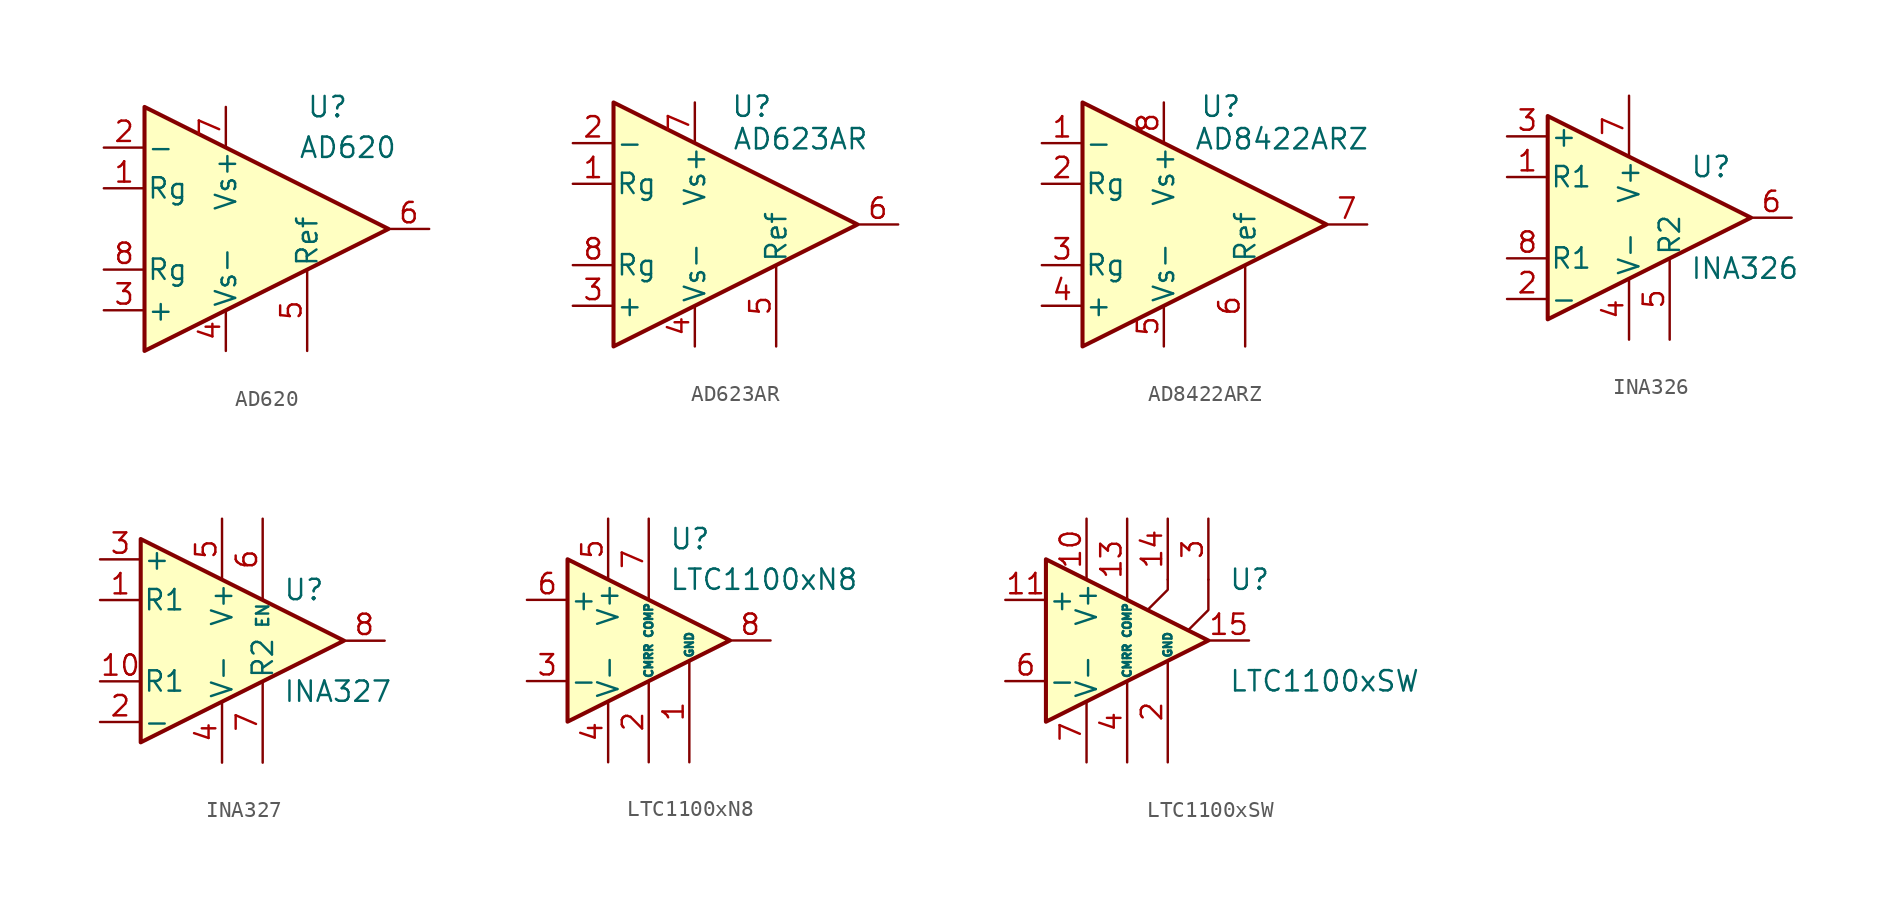
<source format=kicad_sym>
(kicad_symbol_lib
  (version 20201005)
  (generator kicad_symbol_editor)
  (symbol "AD620"
    (pin_names
      (offset 0.127))
    (property "Reference" "U"
      (at 3.81 7.62 0)
      (effects (font (size 1.27 1.27))))
    (property "Value" "AD620"
      (at 5.08 5.08 0)
      (effects (font (size 1.27 1.27))))
    (symbol "AD620_0_1"
      (polyline (pts (xy -7.62 7.62) (xy -7.62 -7.62) (xy 7.62 0) (xy -7.62 7.62)) (stroke (width 0.254)) (fill (type background))))
    (symbol "AD620_1_1"
      (pin passive line (at -10.16 2.54 0) (length 2.54) (name "Rg" (effects (font (size 1.27 1.27)))) (number "1" (effects (font (size 1.27 1.27)))))
      (pin input line (at -10.16 5.08 0) (length 2.54) (name "-" (effects (font (size 1.27 1.27)))) (number "2" (effects (font (size 1.27 1.27)))))
      (pin input line (at -10.16 -5.08 0) (length 2.54) (name "+" (effects (font (size 1.27 1.27)))) (number "3" (effects (font (size 1.27 1.27)))))
      (pin power_in line (at -2.54 -7.62 90) (length 2.54) (name "Vs-" (effects (font (size 1.27 1.27)))) (number "4" (effects (font (size 1.27 1.27)))))
      (pin passive line (at 2.54 -7.62 90) (length 5.08) (name "Ref" (effects (font (size 1.27 1.27)))) (number "5" (effects (font (size 1.27 1.27)))))
      (pin output line (at 10.16 0 180) (length 2.54) (name "~" (effects (font (size 1.27 1.27)))) (number "6" (effects (font (size 1.27 1.27)))))
      (pin power_in line (at -2.54 7.62 270) (length 2.54) (name "Vs+" (effects (font (size 1.27 1.27)))) (number "7" (effects (font (size 1.27 1.27)))))
      (pin passive line (at -10.16 -2.54 0) (length 2.54) (name "Rg" (effects (font (size 1.27 1.27)))) (number "8" (effects (font (size 1.27 1.27)))))))
  (symbol "AD623AR"
    (pin_names
      (offset 0.127))
    (property "Reference" "U"
      (at 3.556 7.366 0)
      (effects (font (size 1.27 1.27))))
    (property "Value" "AD623AR"
      (at 6.604 5.334 0)
      (effects (font (size 1.27 1.27))))
    (symbol "AD623AR_0_1"
      (polyline (pts (xy -5.08 7.62) (xy -5.08 -7.62) (xy 10.16 0) (xy -5.08 7.62)) (stroke (width 0.254)) (fill (type background))))
    (symbol "AD623AR_1_1"
      (pin passive line (at -7.62 2.54 0) (length 2.54) (name "Rg" (effects (font (size 1.27 1.27)))) (number "1" (effects (font (size 1.27 1.27)))))
      (pin input line (at -7.62 5.08 0) (length 2.54) (name "-" (effects (font (size 1.27 1.27)))) (number "2" (effects (font (size 1.27 1.27)))))
      (pin input line (at -7.62 -5.08 0) (length 2.54) (name "+" (effects (font (size 1.27 1.27)))) (number "3" (effects (font (size 1.27 1.27)))))
      (pin power_in line (at 0 -7.62 90) (length 2.54) (name "Vs-" (effects (font (size 1.27 1.27)))) (number "4" (effects (font (size 1.27 1.27)))))
      (pin passive line (at 5.08 -7.62 90) (length 5.08) (name "Ref" (effects (font (size 1.27 1.27)))) (number "5" (effects (font (size 1.27 1.27)))))
      (pin output line (at 12.7 0 180) (length 2.54) (name "~" (effects (font (size 1.27 1.27)))) (number "6" (effects (font (size 1.27 1.27)))))
      (pin power_in line (at 0 7.62 270) (length 2.54) (name "Vs+" (effects (font (size 1.27 1.27)))) (number "7" (effects (font (size 1.27 1.27)))))
      (pin passive line (at -7.62 -2.54 0) (length 2.54) (name "Rg" (effects (font (size 1.27 1.27)))) (number "8" (effects (font (size 1.27 1.27)))))))
  (symbol "AD8422ARZ"
    (pin_names
      (offset 0.127))
    (property "Reference" "U"
      (at 3.556 7.366 0)
      (effects (font (size 1.27 1.27))))
    (property "Value" "AD8422ARZ"
      (at 7.366 5.334 0)
      (effects (font (size 1.27 1.27))))
    (symbol "AD8422ARZ_0_1"
      (polyline (pts (xy -5.08 7.62) (xy -5.08 -7.62) (xy 10.16 0) (xy -5.08 7.62)) (stroke (width 0.254)) (fill (type background))))
    (symbol "AD8422ARZ_1_1"
      (pin input line (at -7.62 5.08 0) (length 2.54) (name "-" (effects (font (size 1.27 1.27)))) (number "1" (effects (font (size 1.27 1.27)))))
      (pin passive line (at -7.62 2.54 0) (length 2.54) (name "Rg" (effects (font (size 1.27 1.27)))) (number "2" (effects (font (size 1.27 1.27)))))
      (pin passive line (at -7.62 -2.54 0) (length 2.54) (name "Rg" (effects (font (size 1.27 1.27)))) (number "3" (effects (font (size 1.27 1.27)))))
      (pin input line (at -7.62 -5.08 0) (length 2.54) (name "+" (effects (font (size 1.27 1.27)))) (number "4" (effects (font (size 1.27 1.27)))))
      (pin power_in line (at 0 -7.62 90) (length 2.54) (name "Vs-" (effects (font (size 1.27 1.27)))) (number "5" (effects (font (size 1.27 1.27)))))
      (pin passive line (at 5.08 -7.62 90) (length 5.08) (name "Ref" (effects (font (size 1.27 1.27)))) (number "6" (effects (font (size 1.27 1.27)))))
      (pin output line (at 12.7 0 180) (length 2.54) (name "~" (effects (font (size 1.27 1.27)))) (number "7" (effects (font (size 1.27 1.27)))))
      (pin power_in line (at 0 7.62 270) (length 2.54) (name "Vs+" (effects (font (size 1.27 1.27)))) (number "8" (effects (font (size 1.27 1.27)))))))
  (symbol "INA326"
    (pin_names
      (offset 0.127))
    (property "Reference" "U"
      (at 3.81 3.175 0)
      (effects (font (size 1.27 1.27)) (justify left)))
    (property "Value" "INA326"
      (at 3.81 -3.175 0)
      (effects (font (size 1.27 1.27)) (justify left)))
    (symbol "INA326_0_1"
      (polyline (pts (xy 7.62 0) (xy -5.08 6.35) (xy -5.08 -6.35) (xy 7.62 0)) (stroke (width 0.254)) (fill (type background))))
    (symbol "INA326_1_1"
      (pin passive line (at -7.62 2.54 0) (length 2.54) (name "R1" (effects (font (size 1.27 1.27)))) (number "1" (effects (font (size 1.27 1.27)))))
      (pin input line (at -7.62 -5.08 0) (length 2.54) (name "-" (effects (font (size 1.27 1.27)))) (number "2" (effects (font (size 1.27 1.27)))))
      (pin input line (at -7.62 5.08 0) (length 2.54) (name "+" (effects (font (size 1.27 1.27)))) (number "3" (effects (font (size 1.27 1.27)))))
      (pin power_in line (at 0 -7.62 90) (length 3.81) (name "V-" (effects (font (size 1.27 1.27)))) (number "4" (effects (font (size 1.27 1.27)))))
      (pin input line (at 2.54 -7.62 90) (length 5.08) (name "R2" (effects (font (size 1.27 1.27)))) (number "5" (effects (font (size 1.27 1.27)))))
      (pin output line (at 10.16 0 180) (length 2.54) (name "~" (effects (font (size 1.27 1.27)))) (number "6" (effects (font (size 1.27 1.27)))))
      (pin power_in line (at 0 7.62 270) (length 3.81) (name "V+" (effects (font (size 1.27 1.27)))) (number "7" (effects (font (size 1.27 1.27)))))
      (pin passive line (at -7.62 -2.54 0) (length 2.54) (name "R1" (effects (font (size 1.27 1.27)))) (number "8" (effects (font (size 1.27 1.27)))))))
  (symbol "INA327"
    (pin_names
      (offset 0.127))
    (property "Reference" "U"
      (at 3.81 3.175 0)
      (effects (font (size 1.27 1.27)) (justify left)))
    (property "Value" "INA327"
      (at 3.81 -3.175 0)
      (effects (font (size 1.27 1.27)) (justify left)))
    (symbol "INA327_0_1"
      (polyline (pts (xy 7.62 0) (xy -5.08 6.35) (xy -5.08 -6.35) (xy 7.62 0)) (stroke (width 0.254)) (fill (type background))))
    (symbol "INA327_1_1"
      (pin passive line (at -7.62 2.54 0) (length 2.54) (name "R1" (effects (font (size 1.27 1.27)))) (number "1" (effects (font (size 1.27 1.27)))))
      (pin passive line (at -7.62 -2.54 0) (length 2.54) (name "R1" (effects (font (size 1.27 1.27)))) (number "10" (effects (font (size 1.27 1.27)))))
      (pin input line (at -7.62 -5.08 0) (length 2.54) (name "-" (effects (font (size 1.27 1.27)))) (number "2" (effects (font (size 1.27 1.27)))))
      (pin input line (at -7.62 5.08 0) (length 2.54) (name "+" (effects (font (size 1.27 1.27)))) (number "3" (effects (font (size 1.27 1.27)))))
      (pin power_in line (at 0 -7.62 90) (length 3.81) (name "V-" (effects (font (size 1.27 1.27)))) (number "4" (effects (font (size 1.27 1.27)))))
      (pin power_in line (at 0 7.62 270) (length 3.81) (name "V+" (effects (font (size 1.27 1.27)))) (number "5" (effects (font (size 1.27 1.27)))))
      (pin input line (at 2.54 7.62 270) (length 5.08) (name "EN" (effects (font (size 0.762 0.762)))) (number "6" (effects (font (size 1.27 1.27)))))
      (pin input line (at 2.54 -7.62 90) (length 5.08) (name "R2" (effects (font (size 1.27 1.27)))) (number "7" (effects (font (size 1.27 1.27)))))
      (pin output line (at 10.16 0 180) (length 2.54) (name "~" (effects (font (size 1.27 1.27)))) (number "8" (effects (font (size 1.27 1.27)))))
      (pin passive line (at 0 7.62 270) (length 3.81) hide (name "V+" (effects (font (size 1.27 1.27)))) (number "9" (effects (font (size 1.27 1.27)))))))
  (symbol "LTC1100xN8"
    (pin_names
      (offset 0.127))
    (property "Reference" "U"
      (at 1.27 6.35 0)
      (effects (font (size 1.27 1.27)) (justify left)))
    (property "Value" "LTC1100xN8"
      (at 1.27 3.81 0)
      (effects (font (size 1.27 1.27)) (justify left)))
    (symbol "LTC1100xN8_0_1"
      (polyline (pts (xy -5.08 5.08) (xy 5.08 0) (xy -5.08 -5.08) (xy -5.08 5.08)) (stroke (width 0.254)) (fill (type background))))
    (symbol "LTC1100xN8_1_1"
      (pin input line (at 2.54 -7.62 90) (length 6.35) (name "GND" (effects (font (size 0.508 0.508)))) (number "1" (effects (font (size 1.27 1.27)))))
      (pin input line (at 0 -7.62 90) (length 5.08) (name "CMRR" (effects (font (size 0.508 0.508)))) (number "2" (effects (font (size 1.27 1.27)))))
      (pin input line (at -7.62 -2.54 0) (length 2.54) (name "-" (effects (font (size 1.27 1.27)))) (number "3" (effects (font (size 1.27 1.27)))))
      (pin power_in line (at -2.54 -7.62 90) (length 3.81) (name "V-" (effects (font (size 1.27 1.27)))) (number "4" (effects (font (size 1.27 1.27)))))
      (pin power_in line (at -2.54 7.62 270) (length 3.81) (name "V+" (effects (font (size 1.27 1.27)))) (number "5" (effects (font (size 1.27 1.27)))))
      (pin input line (at -7.62 2.54 0) (length 2.54) (name "+" (effects (font (size 1.27 1.27)))) (number "6" (effects (font (size 1.27 1.27)))))
      (pin input line (at 0 7.62 270) (length 5.08) (name "COMP" (effects (font (size 0.508 0.508)))) (number "7" (effects (font (size 1.27 1.27)))))
      (pin output line (at 7.62 0 180) (length 2.54) (name "~" (effects (font (size 1.27 1.27)))) (number "8" (effects (font (size 1.27 1.27)))))))
  (symbol "LTC1100xSW"
    (pin_names
      (offset 0.127))
    (property "Reference" "U"
      (at 6.35 3.81 0)
      (effects (font (size 1.27 1.27)) (justify left)))
    (property "Value" "LTC1100xSW"
      (at 6.35 -2.54 0)
      (effects (font (size 1.27 1.27)) (justify left)))
    (symbol "LTC1100xSW_0_1"
      (polyline (pts (xy 1.27 1.905) (xy 2.54 3.175) (xy 2.54 3.81)) (stroke (width 0.152)) (fill (type none)))
      (polyline (pts (xy 3.81 0.635) (xy 5.08 1.905) (xy 5.08 3.81)) (stroke (width 0.152)) (fill (type none)))
      (polyline (pts (xy -5.08 5.08) (xy 5.08 0) (xy -5.08 -5.08) (xy -5.08 5.08)) (stroke (width 0.254)) (fill (type background))))
    (symbol "LTC1100xSW_1_1"
      (pin no_connect line (at -5.08 2.54 270) (length 2.54) hide (name "NC" (effects (font (size 1.27 1.27)))) (number "1" (effects (font (size 1.27 1.27)))))
      (pin power_in line (at -2.54 7.62 270) (length 3.81) (name "V+" (effects (font (size 1.27 1.27)))) (number "10" (effects (font (size 1.27 1.27)))))
      (pin input line (at -7.62 2.54 0) (length 2.54) (name "+" (effects (font (size 1.27 1.27)))) (number "11" (effects (font (size 1.27 1.27)))))
      (pin no_connect line (at -2.54 -2.54 90) (length 2.54) hide (name "NC" (effects (font (size 1.27 1.27)))) (number "12" (effects (font (size 1.27 1.27)))))
      (pin input line (at 0 7.62 270) (length 5.08) (name "COMP" (effects (font (size 0.508 0.508)))) (number "13" (effects (font (size 1.27 1.27)))))
      (pin passive line (at 2.54 7.62 270) (length 3.81) (name "~" (effects (font (size 1.27 1.27)))) (number "14" (effects (font (size 1.27 1.27)))))
      (pin output line (at 7.62 0 180) (length 2.54) (name "~" (effects (font (size 1.27 1.27)))) (number "15" (effects (font (size 1.27 1.27)))))
      (pin no_connect line (at 0 -2.54 90) (length 2.54) hide (name "NC" (effects (font (size 1.27 1.27)))) (number "16" (effects (font (size 1.27 1.27)))))
      (pin input line (at 2.54 -7.62 90) (length 6.35) (name "GND" (effects (font (size 0.508 0.508)))) (number "2" (effects (font (size 1.27 1.27)))))
      (pin passive line (at 5.08 7.62 270) (length 3.81) (name "~" (effects (font (size 1.27 1.27)))) (number "3" (effects (font (size 1.27 1.27)))))
      (pin input line (at 0 -7.62 90) (length 5.08) (name "CMRR" (effects (font (size 0.508 0.508)))) (number "4" (effects (font (size 1.27 1.27)))))
      (pin no_connect line (at -2.54 2.54 270) (length 2.54) hide (name "NC" (effects (font (size 1.27 1.27)))) (number "5" (effects (font (size 1.27 1.27)))))
      (pin input line (at -7.62 -2.54 0) (length 2.54) (name "-" (effects (font (size 1.27 1.27)))) (number "6" (effects (font (size 1.27 1.27)))))
      (pin power_in line (at -2.54 -7.62 90) (length 3.81) (name "V-" (effects (font (size 1.27 1.27)))) (number "7" (effects (font (size 1.27 1.27)))))
      (pin no_connect line (at 0 2.54 270) (length 2.54) hide (name "NC" (effects (font (size 1.27 1.27)))) (number "8" (effects (font (size 1.27 1.27)))))
      (pin no_connect line (at -5.08 -2.54 90) (length 2.54) hide (name "NC" (effects (font (size 1.27 1.27)))) (number "9" (effects (font (size 1.27 1.27))))))))
</source>
